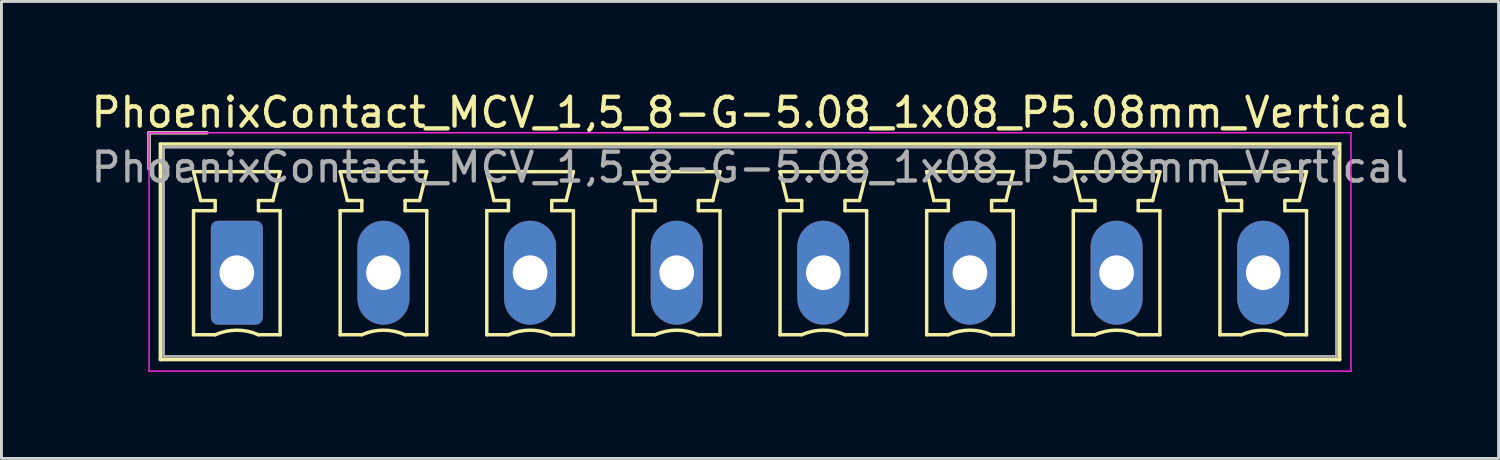
<source format=kicad_pcb>
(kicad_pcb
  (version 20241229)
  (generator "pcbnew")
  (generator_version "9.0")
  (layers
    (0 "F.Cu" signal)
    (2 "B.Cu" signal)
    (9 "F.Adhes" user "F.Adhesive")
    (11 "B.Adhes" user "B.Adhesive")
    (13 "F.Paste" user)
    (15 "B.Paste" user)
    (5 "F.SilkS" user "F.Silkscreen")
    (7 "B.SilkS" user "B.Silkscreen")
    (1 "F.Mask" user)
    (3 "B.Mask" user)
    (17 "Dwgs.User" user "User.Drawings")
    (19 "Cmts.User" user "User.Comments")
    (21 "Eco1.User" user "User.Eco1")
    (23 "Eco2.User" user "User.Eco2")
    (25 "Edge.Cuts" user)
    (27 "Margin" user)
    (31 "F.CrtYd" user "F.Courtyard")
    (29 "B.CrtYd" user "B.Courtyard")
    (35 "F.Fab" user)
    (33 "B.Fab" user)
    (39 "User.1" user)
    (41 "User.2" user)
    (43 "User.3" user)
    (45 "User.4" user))
  (footprint "PhoenixContact_MCV_1,5_8-G-5.08_1x08_P5.08mm_Vertical"
    (layer "F.Cu")
    (at 5.155 6.398)
    (property "Reference" "PhoenixContact_MCV_1,5_8-G-5.08_1x08_P5.08mm_Vertical" (at 17.78 -5.55 0) (layer "F.SilkS") (effects (font (size 1 1) (thickness 0.15))))
    (attr through_hole)
    (fp_line (start -3.04 -4.85) (end -1.04 -4.85) (stroke (width 0.12) (type solid)) (layer "F.SilkS"))
    (fp_line (start -3.04 -3.6) (end -3.04 -4.85) (stroke (width 0.12) (type solid)) (layer "F.SilkS"))
    (fp_line (start -2.65 -4.46) (end -2.65 3.01) (stroke (width 0.12) (type solid)) (layer "F.SilkS"))
    (fp_line (start -2.65 3.01) (end 38.21 3.01) (stroke (width 0.12) (type solid)) (layer "F.SilkS"))
    (fp_line (start -1.5 -3.5) (end 1.5 -3.5) (stroke (width 0.12) (type solid)) (layer "F.SilkS"))
    (fp_line (start -1.5 -2.15) (end -0.75 -2.15) (stroke (width 0.12) (type solid)) (layer "F.SilkS"))
    (fp_line (start -1.5 2.15) (end -1.5 -2.15) (stroke (width 0.12) (type solid)) (layer "F.SilkS"))
    (fp_line (start -1.25 -2.5) (end -1.5 -3.5) (stroke (width 0.12) (type solid)) (layer "F.SilkS"))
    (fp_line (start -0.75 -2.5) (end -1.25 -2.5) (stroke (width 0.12) (type solid)) (layer "F.SilkS"))
    (fp_line (start -0.75 -2.15) (end -0.75 -2.5) (stroke (width 0.12) (type solid)) (layer "F.SilkS"))
    (fp_line (start -0.75 2.15) (end -1.5 2.15) (stroke (width 0.12) (type solid)) (layer "F.SilkS"))
    (fp_line (start 0.75 -2.5) (end 0.75 -2.15) (stroke (width 0.12) (type solid)) (layer "F.SilkS"))
    (fp_line (start 0.75 -2.15) (end 1.5 -2.15) (stroke (width 0.12) (type solid)) (layer "F.SilkS"))
    (fp_line (start 1.25 -2.5) (end 0.75 -2.5) (stroke (width 0.12) (type solid)) (layer "F.SilkS"))
    (fp_line (start 1.5 -3.5) (end 1.25 -2.5) (stroke (width 0.12) (type solid)) (layer "F.SilkS"))
    (fp_line (start 1.5 -2.15) (end 1.5 2.15) (stroke (width 0.12) (type solid)) (layer "F.SilkS"))
    (fp_line (start 1.5 2.15) (end 0.75 2.15) (stroke (width 0.12) (type solid)) (layer "F.SilkS"))
    (fp_line (start 3.58 -3.5) (end 6.58 -3.5) (stroke (width 0.12) (type solid)) (layer "F.SilkS"))
    (fp_line (start 3.58 -2.15) (end 4.33 -2.15) (stroke (width 0.12) (type solid)) (layer "F.SilkS"))
    (fp_line (start 3.58 2.15) (end 3.58 -2.15) (stroke (width 0.12) (type solid)) (layer "F.SilkS"))
    (fp_line (start 3.83 -2.5) (end 3.58 -3.5) (stroke (width 0.12) (type solid)) (layer "F.SilkS"))
    (fp_line (start 4.33 -2.5) (end 3.83 -2.5) (stroke (width 0.12) (type solid)) (layer "F.SilkS"))
    (fp_line (start 4.33 -2.15) (end 4.33 -2.5) (stroke (width 0.12) (type solid)) (layer "F.SilkS"))
    (fp_line (start 4.33 2.15) (end 3.58 2.15) (stroke (width 0.12) (type solid)) (layer "F.SilkS"))
    (fp_line (start 5.83 -2.5) (end 5.83 -2.15) (stroke (width 0.12) (type solid)) (layer "F.SilkS"))
    (fp_line (start 5.83 -2.15) (end 6.58 -2.15) (stroke (width 0.12) (type solid)) (layer "F.SilkS"))
    (fp_line (start 6.33 -2.5) (end 5.83 -2.5) (stroke (width 0.12) (type solid)) (layer "F.SilkS"))
    (fp_line (start 6.58 -3.5) (end 6.33 -2.5) (stroke (width 0.12) (type solid)) (layer "F.SilkS"))
    (fp_line (start 6.58 -2.15) (end 6.58 2.15) (stroke (width 0.12) (type solid)) (layer "F.SilkS"))
    (fp_line (start 6.58 2.15) (end 5.83 2.15) (stroke (width 0.12) (type solid)) (layer "F.SilkS"))
    (fp_line (start 8.66 -3.5) (end 11.66 -3.5) (stroke (width 0.12) (type solid)) (layer "F.SilkS"))
    (fp_line (start 8.66 -2.15) (end 9.41 -2.15) (stroke (width 0.12) (type solid)) (layer "F.SilkS"))
    (fp_line (start 8.66 2.15) (end 8.66 -2.15) (stroke (width 0.12) (type solid)) (layer "F.SilkS"))
    (fp_line (start 8.91 -2.5) (end 8.66 -3.5) (stroke (width 0.12) (type solid)) (layer "F.SilkS"))
    (fp_line (start 9.41 -2.5) (end 8.91 -2.5) (stroke (width 0.12) (type solid)) (layer "F.SilkS"))
    (fp_line (start 9.41 -2.15) (end 9.41 -2.5) (stroke (width 0.12) (type solid)) (layer "F.SilkS"))
    (fp_line (start 9.41 2.15) (end 8.66 2.15) (stroke (width 0.12) (type solid)) (layer "F.SilkS"))
    (fp_line (start 10.91 -2.5) (end 10.91 -2.15) (stroke (width 0.12) (type solid)) (layer "F.SilkS"))
    (fp_line (start 10.91 -2.15) (end 11.66 -2.15) (stroke (width 0.12) (type solid)) (layer "F.SilkS"))
    (fp_line (start 11.41 -2.5) (end 10.91 -2.5) (stroke (width 0.12) (type solid)) (layer "F.SilkS"))
    (fp_line (start 11.66 -3.5) (end 11.41 -2.5) (stroke (width 0.12) (type solid)) (layer "F.SilkS"))
    (fp_line (start 11.66 -2.15) (end 11.66 2.15) (stroke (width 0.12) (type solid)) (layer "F.SilkS"))
    (fp_line (start 11.66 2.15) (end 10.91 2.15) (stroke (width 0.12) (type solid)) (layer "F.SilkS"))
    (fp_line (start 13.74 -3.5) (end 16.74 -3.5) (stroke (width 0.12) (type solid)) (layer "F.SilkS"))
    (fp_line (start 13.74 -2.15) (end 14.49 -2.15) (stroke (width 0.12) (type solid)) (layer "F.SilkS"))
    (fp_line (start 13.74 2.15) (end 13.74 -2.15) (stroke (width 0.12) (type solid)) (layer "F.SilkS"))
    (fp_line (start 13.99 -2.5) (end 13.74 -3.5) (stroke (width 0.12) (type solid)) (layer "F.SilkS"))
    (fp_line (start 14.49 -2.5) (end 13.99 -2.5) (stroke (width 0.12) (type solid)) (layer "F.SilkS"))
    (fp_line (start 14.49 -2.15) (end 14.49 -2.5) (stroke (width 0.12) (type solid)) (layer "F.SilkS"))
    (fp_line (start 14.49 2.15) (end 13.74 2.15) (stroke (width 0.12) (type solid)) (layer "F.SilkS"))
    (fp_line (start 15.99 -2.5) (end 15.99 -2.15) (stroke (width 0.12) (type solid)) (layer "F.SilkS"))
    (fp_line (start 15.99 -2.15) (end 16.74 -2.15) (stroke (width 0.12) (type solid)) (layer "F.SilkS"))
    (fp_line (start 16.49 -2.5) (end 15.99 -2.5) (stroke (width 0.12) (type solid)) (layer "F.SilkS"))
    (fp_line (start 16.74 -3.5) (end 16.49 -2.5) (stroke (width 0.12) (type solid)) (layer "F.SilkS"))
    (fp_line (start 16.74 -2.15) (end 16.74 2.15) (stroke (width 0.12) (type solid)) (layer "F.SilkS"))
    (fp_line (start 16.74 2.15) (end 15.99 2.15) (stroke (width 0.12) (type solid)) (layer "F.SilkS"))
    (fp_line (start 18.82 -3.5) (end 21.82 -3.5) (stroke (width 0.12) (type solid)) (layer "F.SilkS"))
    (fp_line (start 18.82 -2.15) (end 19.57 -2.15) (stroke (width 0.12) (type solid)) (layer "F.SilkS"))
    (fp_line (start 18.82 2.15) (end 18.82 -2.15) (stroke (width 0.12) (type solid)) (layer "F.SilkS"))
    (fp_line (start 19.07 -2.5) (end 18.82 -3.5) (stroke (width 0.12) (type solid)) (layer "F.SilkS"))
    (fp_line (start 19.57 -2.5) (end 19.07 -2.5) (stroke (width 0.12) (type solid)) (layer "F.SilkS"))
    (fp_line (start 19.57 -2.15) (end 19.57 -2.5) (stroke (width 0.12) (type solid)) (layer "F.SilkS"))
    (fp_line (start 19.57 2.15) (end 18.82 2.15) (stroke (width 0.12) (type solid)) (layer "F.SilkS"))
    (fp_line (start 21.07 -2.5) (end 21.07 -2.15) (stroke (width 0.12) (type solid)) (layer "F.SilkS"))
    (fp_line (start 21.07 -2.15) (end 21.82 -2.15) (stroke (width 0.12) (type solid)) (layer "F.SilkS"))
    (fp_line (start 21.57 -2.5) (end 21.07 -2.5) (stroke (width 0.12) (type solid)) (layer "F.SilkS"))
    (fp_line (start 21.82 -3.5) (end 21.57 -2.5) (stroke (width 0.12) (type solid)) (layer "F.SilkS"))
    (fp_line (start 21.82 -2.15) (end 21.82 2.15) (stroke (width 0.12) (type solid)) (layer "F.SilkS"))
    (fp_line (start 21.82 2.15) (end 21.07 2.15) (stroke (width 0.12) (type solid)) (layer "F.SilkS"))
    (fp_line (start 23.9 -3.5) (end 26.9 -3.5) (stroke (width 0.12) (type solid)) (layer "F.SilkS"))
    (fp_line (start 23.9 -2.15) (end 24.65 -2.15) (stroke (width 0.12) (type solid)) (layer "F.SilkS"))
    (fp_line (start 23.9 2.15) (end 23.9 -2.15) (stroke (width 0.12) (type solid)) (layer "F.SilkS"))
    (fp_line (start 24.15 -2.5) (end 23.9 -3.5) (stroke (width 0.12) (type solid)) (layer "F.SilkS"))
    (fp_line (start 24.65 -2.5) (end 24.15 -2.5) (stroke (width 0.12) (type solid)) (layer "F.SilkS"))
    (fp_line (start 24.65 -2.15) (end 24.65 -2.5) (stroke (width 0.12) (type solid)) (layer "F.SilkS"))
    (fp_line (start 24.65 2.15) (end 23.9 2.15) (stroke (width 0.12) (type solid)) (layer "F.SilkS"))
    (fp_line (start 26.15 -2.5) (end 26.15 -2.15) (stroke (width 0.12) (type solid)) (layer "F.SilkS"))
    (fp_line (start 26.15 -2.15) (end 26.9 -2.15) (stroke (width 0.12) (type solid)) (layer "F.SilkS"))
    (fp_line (start 26.65 -2.5) (end 26.15 -2.5) (stroke (width 0.12) (type solid)) (layer "F.SilkS"))
    (fp_line (start 26.9 -3.5) (end 26.65 -2.5) (stroke (width 0.12) (type solid)) (layer "F.SilkS"))
    (fp_line (start 26.9 -2.15) (end 26.9 2.15) (stroke (width 0.12) (type solid)) (layer "F.SilkS"))
    (fp_line (start 26.9 2.15) (end 26.15 2.15) (stroke (width 0.12) (type solid)) (layer "F.SilkS"))
    (fp_line (start 28.98 -3.5) (end 31.98 -3.5) (stroke (width 0.12) (type solid)) (layer "F.SilkS"))
    (fp_line (start 28.98 -2.15) (end 29.73 -2.15) (stroke (width 0.12) (type solid)) (layer "F.SilkS"))
    (fp_line (start 28.98 2.15) (end 28.98 -2.15) (stroke (width 0.12) (type solid)) (layer "F.SilkS"))
    (fp_line (start 29.23 -2.5) (end 28.98 -3.5) (stroke (width 0.12) (type solid)) (layer "F.SilkS"))
    (fp_line (start 29.73 -2.5) (end 29.23 -2.5) (stroke (width 0.12) (type solid)) (layer "F.SilkS"))
    (fp_line (start 29.73 -2.15) (end 29.73 -2.5) (stroke (width 0.12) (type solid)) (layer "F.SilkS"))
    (fp_line (start 29.73 2.15) (end 28.98 2.15) (stroke (width 0.12) (type solid)) (layer "F.SilkS"))
    (fp_line (start 31.23 -2.5) (end 31.23 -2.15) (stroke (width 0.12) (type solid)) (layer "F.SilkS"))
    (fp_line (start 31.23 -2.15) (end 31.98 -2.15) (stroke (width 0.12) (type solid)) (layer "F.SilkS"))
    (fp_line (start 31.73 -2.5) (end 31.23 -2.5) (stroke (width 0.12) (type solid)) (layer "F.SilkS"))
    (fp_line (start 31.98 -3.5) (end 31.73 -2.5) (stroke (width 0.12) (type solid)) (layer "F.SilkS"))
    (fp_line (start 31.98 -2.15) (end 31.98 2.15) (stroke (width 0.12) (type solid)) (layer "F.SilkS"))
    (fp_line (start 31.98 2.15) (end 31.23 2.15) (stroke (width 0.12) (type solid)) (layer "F.SilkS"))
    (fp_line (start 34.06 -3.5) (end 37.06 -3.5) (stroke (width 0.12) (type solid)) (layer "F.SilkS"))
    (fp_line (start 34.06 -2.15) (end 34.81 -2.15) (stroke (width 0.12) (type solid)) (layer "F.SilkS"))
    (fp_line (start 34.06 2.15) (end 34.06 -2.15) (stroke (width 0.12) (type solid)) (layer "F.SilkS"))
    (fp_line (start 34.31 -2.5) (end 34.06 -3.5) (stroke (width 0.12) (type solid)) (layer "F.SilkS"))
    (fp_line (start 34.81 -2.5) (end 34.31 -2.5) (stroke (width 0.12) (type solid)) (layer "F.SilkS"))
    (fp_line (start 34.81 -2.15) (end 34.81 -2.5) (stroke (width 0.12) (type solid)) (layer "F.SilkS"))
    (fp_line (start 34.81 2.15) (end 34.06 2.15) (stroke (width 0.12) (type solid)) (layer "F.SilkS"))
    (fp_line (start 36.31 -2.5) (end 36.31 -2.15) (stroke (width 0.12) (type solid)) (layer "F.SilkS"))
    (fp_line (start 36.31 -2.15) (end 37.06 -2.15) (stroke (width 0.12) (type solid)) (layer "F.SilkS"))
    (fp_line (start 36.81 -2.5) (end 36.31 -2.5) (stroke (width 0.12) (type solid)) (layer "F.SilkS"))
    (fp_line (start 37.06 -3.5) (end 36.81 -2.5) (stroke (width 0.12) (type solid)) (layer "F.SilkS"))
    (fp_line (start 37.06 -2.15) (end 37.06 2.15) (stroke (width 0.12) (type solid)) (layer "F.SilkS"))
    (fp_line (start 37.06 2.15) (end 36.31 2.15) (stroke (width 0.12) (type solid)) (layer "F.SilkS"))
    (fp_line (start 38.21 -4.46) (end -2.65 -4.46) (stroke (width 0.12) (type solid)) (layer "F.SilkS"))
    (fp_line (start 38.21 3.01) (end 38.21 -4.46) (stroke (width 0.12) (type solid)) (layer "F.SilkS"))
    (fp_arc (start -0.75 2.15) (mid -0.000193 1.99191) (end 0.749647 2.149844) (stroke (width 0.12) (type solid)) (layer "F.SilkS"))
    (fp_arc (start 4.33 2.15) (mid 5.079807 1.99191) (end 5.829647 2.149844) (stroke (width 0.12) (type solid)) (layer "F.SilkS"))
    (fp_arc (start 9.41 2.15) (mid 10.159807 1.99191) (end 10.909647 2.149844) (stroke (width 0.12) (type solid)) (layer "F.SilkS"))
    (fp_arc (start 14.49 2.15) (mid 15.239807 1.99191) (end 15.989647 2.149844) (stroke (width 0.12) (type solid)) (layer "F.SilkS"))
    (fp_arc (start 19.57 2.15) (mid 20.319807 1.99191) (end 21.069647 2.149844) (stroke (width 0.12) (type solid)) (layer "F.SilkS"))
    (fp_arc (start 24.65 2.15) (mid 25.399807 1.99191) (end 26.149647 2.149844) (stroke (width 0.12) (type solid)) (layer "F.SilkS"))
    (fp_arc (start 29.73 2.15) (mid 30.479807 1.99191) (end 31.229647 2.149844) (stroke (width 0.12) (type solid)) (layer "F.SilkS"))
    (fp_arc (start 34.81 2.15) (mid 35.559807 1.99191) (end 36.309647 2.149844) (stroke (width 0.12) (type solid)) (layer "F.SilkS"))
    (fp_line (start -3.04 -4.85) (end -3.04 3.41) (stroke (width 0.05) (type solid)) (layer "F.CrtYd"))
    (fp_line (start -3.04 3.41) (end 38.6 3.41) (stroke (width 0.05) (type solid)) (layer "F.CrtYd"))
    (fp_line (start 38.6 -4.85) (end -3.04 -4.85) (stroke (width 0.05) (type solid)) (layer "F.CrtYd"))
    (fp_line (start 38.6 3.41) (end 38.6 -4.85) (stroke (width 0.05) (type solid)) (layer "F.CrtYd"))
    (fp_line (start -3.04 -4.85) (end -1.04 -4.85) (stroke (width 0.1) (type solid)) (layer "F.Fab"))
    (fp_line (start -3.04 -3.6) (end -3.04 -4.85) (stroke (width 0.1) (type solid)) (layer "F.Fab"))
    (fp_line (start -2.54 -4.35) (end -2.54 2.9) (stroke (width 0.1) (type solid)) (layer "F.Fab"))
    (fp_line (start -2.54 2.9) (end 38.1 2.9) (stroke (width 0.1) (type solid)) (layer "F.Fab"))
    (fp_line (start 38.1 -4.35) (end -2.54 -4.35) (stroke (width 0.1) (type solid)) (layer "F.Fab"))
    (fp_line (start 38.1 2.9) (end 38.1 -4.35) (stroke (width 0.1) (type solid)) (layer "F.Fab"))
    (fp_text user "${REFERENCE}" (at 17.78 -3.65 0) (layer "F.Fab") (effects (font (size 1 1) (thickness 0.15))))
    (pad "1" thru_hole roundrect (at 0 0) (size 1.8 3.6) (drill 1.2) (layers "*.Cu" "*.Mask") (roundrect_rratio 0.139))
    (pad "2" thru_hole oval (at 5.08 0) (size 1.8 3.6) (drill 1.2) (layers "*.Cu" "*.Mask"))
    (pad "3" thru_hole oval (at 10.16 0) (size 1.8 3.6) (drill 1.2) (layers "*.Cu" "*.Mask"))
    (pad "4" thru_hole oval (at 15.24 0) (size 1.8 3.6) (drill 1.2) (layers "*.Cu" "*.Mask"))
    (pad "5" thru_hole oval (at 20.32 0) (size 1.8 3.6) (drill 1.2) (layers "*.Cu" "*.Mask"))
    (pad "6" thru_hole oval (at 25.4 0) (size 1.8 3.6) (drill 1.2) (layers "*.Cu" "*.Mask"))
    (pad "7" thru_hole oval (at 30.48 0) (size 1.8 3.6) (drill 1.2) (layers "*.Cu" "*.Mask"))
    (pad "8" thru_hole oval (at 35.56 0) (size 1.8 3.6) (drill 1.2) (layers "*.Cu" "*.Mask")))
  (gr_rect
    (start -3 -3)
    (end 48.869 12.833)
    (stroke (width 0.1) (type default))
    (fill no)
    (layer "Edge.Cuts")))
</source>
